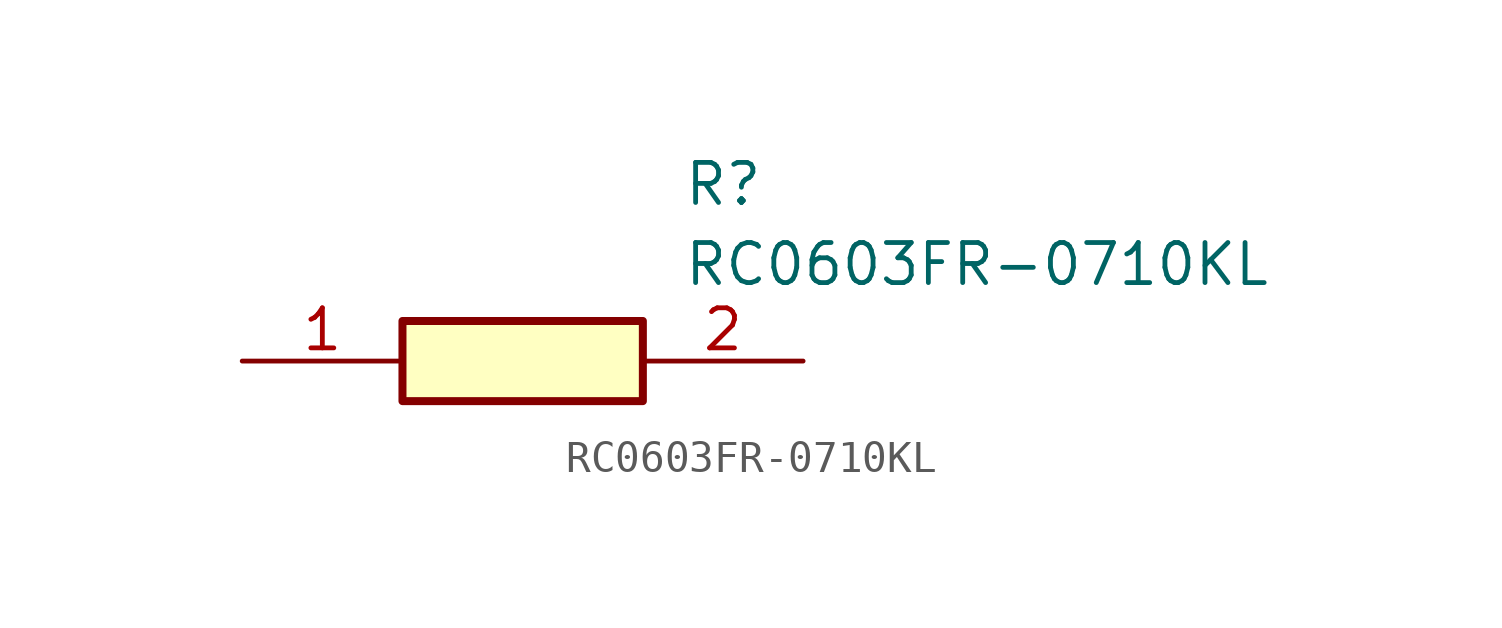
<source format=kicad_sym>
(kicad_symbol_lib
  (version 20211014)
  (generator SamacSys_ECAD_Model)
  (symbol "RC0603FR-0710KL"
    (pin_names hide)
    (property "Reference" "R"
      (at 13.97 6.35 0)
      (effects (font (size 1.27 1.27)) (justify left top)))
    (property "Value" "RC0603FR-0710KL"
      (at 13.97 3.81 0)
      (effects (font (size 1.27 1.27)) (justify left top)))
    (rectangle
      (start 5.08 1.27)
      (end 12.7 -1.27)
      (stroke (width 0.254) (type default))
      (fill (type background)))
    (pin passive line
      (at 0 0 0)
      (length 5.08)
      (name "1" (effects (font (size 1.27 1.27))))
      (number "1" (effects (font (size 1.27 1.27)))))
    (pin passive line
      (at 17.78 0 180)
      (length 5.08)
      (name "2" (effects (font (size 1.27 1.27))))
      (number "2" (effects (font (size 1.27 1.27)))))))
</source>
